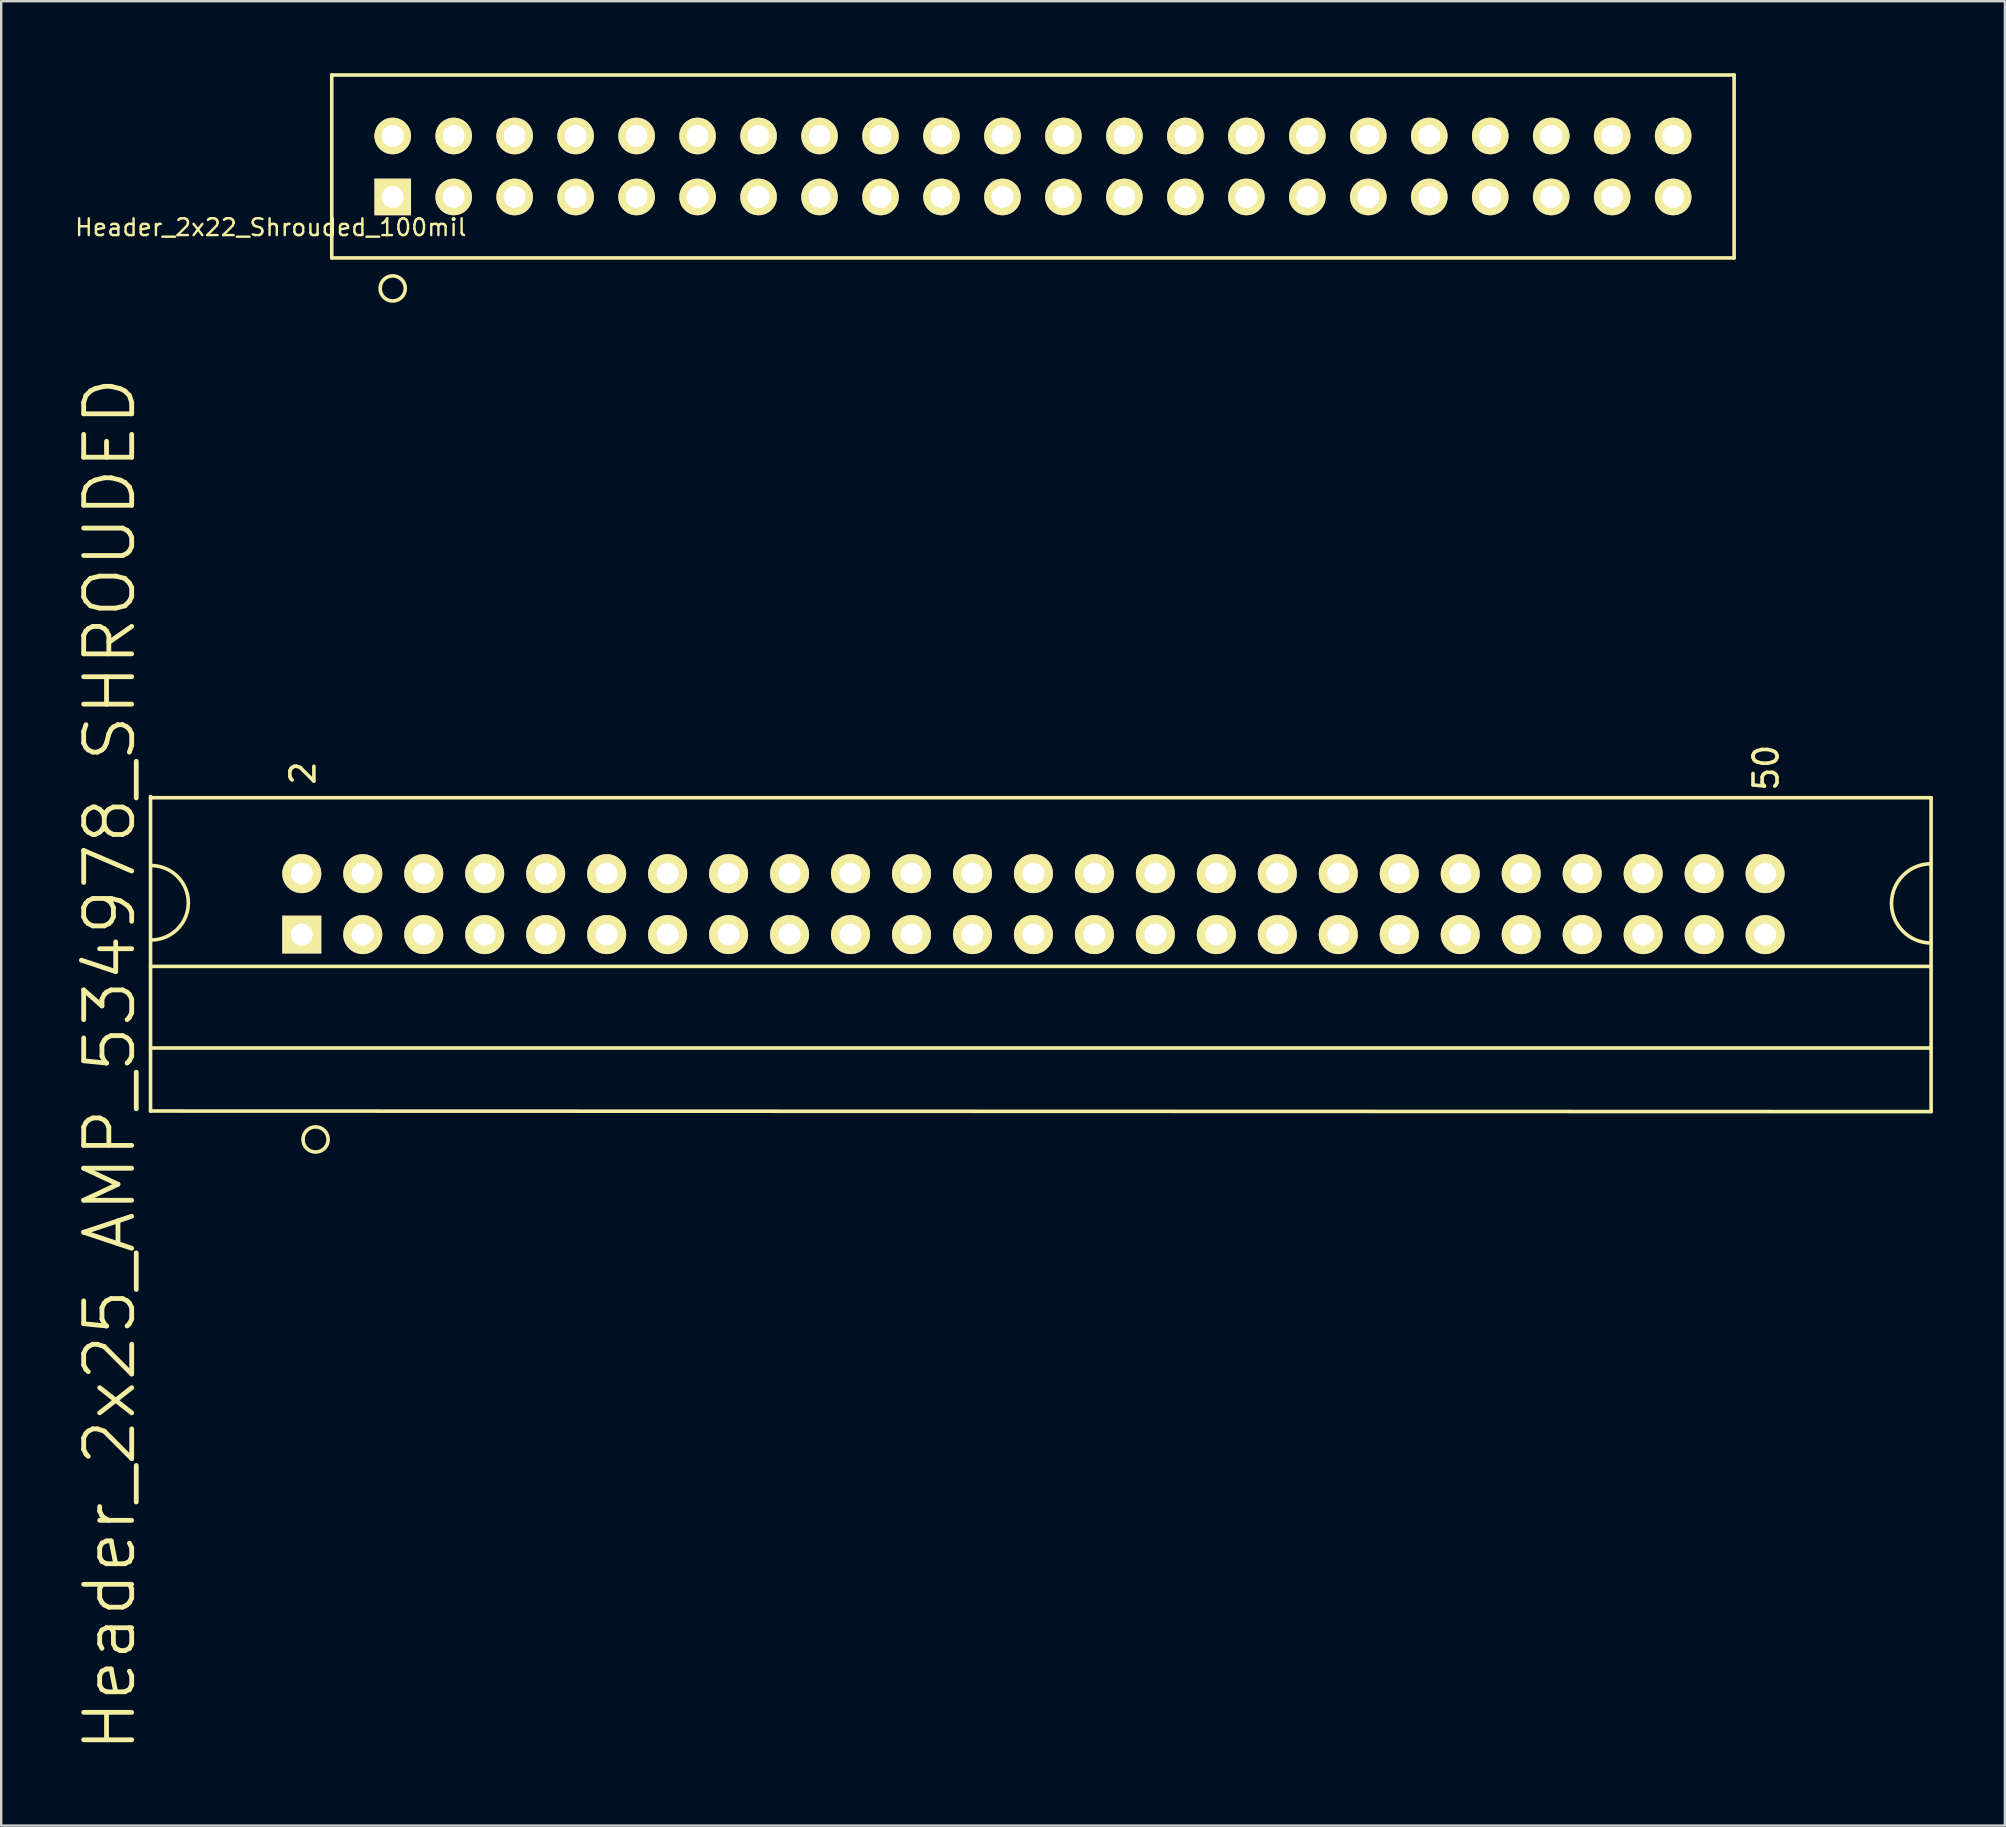
<source format=kicad_pcb>
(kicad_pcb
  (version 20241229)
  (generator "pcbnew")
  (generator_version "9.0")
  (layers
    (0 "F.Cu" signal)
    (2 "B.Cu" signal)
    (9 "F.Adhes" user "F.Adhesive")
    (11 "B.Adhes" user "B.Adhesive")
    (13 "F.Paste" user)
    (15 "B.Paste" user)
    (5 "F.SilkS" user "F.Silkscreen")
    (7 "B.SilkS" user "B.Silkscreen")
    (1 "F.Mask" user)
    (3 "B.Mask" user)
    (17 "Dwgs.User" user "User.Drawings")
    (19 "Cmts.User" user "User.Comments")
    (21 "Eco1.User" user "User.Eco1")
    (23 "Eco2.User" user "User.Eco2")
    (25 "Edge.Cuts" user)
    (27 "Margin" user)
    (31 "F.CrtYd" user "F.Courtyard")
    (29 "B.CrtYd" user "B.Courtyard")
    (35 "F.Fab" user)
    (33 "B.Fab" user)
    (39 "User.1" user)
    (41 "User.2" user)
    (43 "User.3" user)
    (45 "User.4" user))
  (footprint "Header_2x22_Shrouded_100mil"
    (layer "F.Cu")
    (at 13.31 5.155)
    (property "Reference" "Header_2x22_Shrouded_100mil" (at -5.08 1.27 0) (layer "F.SilkS") (effects (font (size 0.7 0.7) (thickness 0.1))))
    (attr through_hole)
    (fp_line (start -2.54 -5.08) (end -2.54 2.54) (stroke (width 0.15) (type solid)) (layer "F.SilkS"))
    (fp_line (start -2.54 2.54) (end 55.88 2.54) (stroke (width 0.15) (type solid)) (layer "F.SilkS"))
    (fp_line (start 55.88 -5.08) (end -2.54 -5.08) (stroke (width 0.15) (type solid)) (layer "F.SilkS"))
    (fp_line (start 55.88 -5.08) (end 55.88 2.54) (stroke (width 0.15) (type solid)) (layer "F.SilkS"))
    (fp_circle (center 0 3.81) (end 0.508 3.937) (stroke (width 0.15) (type solid)) (fill no) (layer "F.SilkS"))
    (pad "1" thru_hole rect (at 0 0) (size 1.524 1.524) (drill 0.914) (layers "*.Cu" "*.Mask" "F.SilkS"))
    (pad "2" thru_hole circle (at 0 -2.54) (size 1.524 1.524) (drill 0.914) (layers "*.Cu" "*.Mask" "F.SilkS"))
    (pad "3" thru_hole circle (at 2.54 0) (size 1.524 1.524) (drill 0.914) (layers "*.Cu" "*.Mask" "F.SilkS"))
    (pad "4" thru_hole circle (at 2.54 -2.54) (size 1.524 1.524) (drill 0.914) (layers "*.Cu" "*.Mask" "F.SilkS"))
    (pad "5" thru_hole circle (at 5.08 0) (size 1.524 1.524) (drill 0.914) (layers "*.Cu" "*.Mask" "F.SilkS"))
    (pad "6" thru_hole circle (at 5.08 -2.54) (size 1.524 1.524) (drill 0.914) (layers "*.Cu" "*.Mask" "F.SilkS"))
    (pad "7" thru_hole circle (at 7.62 0) (size 1.524 1.524) (drill 0.914) (layers "*.Cu" "*.Mask" "F.SilkS"))
    (pad "8" thru_hole circle (at 7.62 -2.54) (size 1.524 1.524) (drill 0.914) (layers "*.Cu" "*.Mask" "F.SilkS"))
    (pad "9" thru_hole circle (at 10.16 0) (size 1.524 1.524) (drill 0.914) (layers "*.Cu" "*.Mask" "F.SilkS"))
    (pad "10" thru_hole circle (at 10.16 -2.54) (size 1.524 1.524) (drill 0.914) (layers "*.Cu" "*.Mask" "F.SilkS"))
    (pad "11" thru_hole circle (at 12.7 0) (size 1.524 1.524) (drill 0.914) (layers "*.Cu" "*.Mask" "F.SilkS"))
    (pad "12" thru_hole circle (at 12.7 -2.54) (size 1.524 1.524) (drill 0.914) (layers "*.Cu" "*.Mask" "F.SilkS"))
    (pad "13" thru_hole circle (at 15.24 0) (size 1.524 1.524) (drill 0.914) (layers "*.Cu" "*.Mask" "F.SilkS"))
    (pad "14" thru_hole circle (at 15.24 -2.54) (size 1.524 1.524) (drill 0.914) (layers "*.Cu" "*.Mask" "F.SilkS"))
    (pad "15" thru_hole circle (at 17.78 0) (size 1.524 1.524) (drill 0.914) (layers "*.Cu" "*.Mask" "F.SilkS"))
    (pad "16" thru_hole circle (at 17.78 -2.54) (size 1.524 1.524) (drill 0.914) (layers "*.Cu" "*.Mask" "F.SilkS"))
    (pad "17" thru_hole circle (at 20.32 0) (size 1.524 1.524) (drill 0.914) (layers "*.Cu" "*.Mask" "F.SilkS"))
    (pad "18" thru_hole circle (at 20.32 -2.54) (size 1.524 1.524) (drill 0.914) (layers "*.Cu" "*.Mask" "F.SilkS"))
    (pad "19" thru_hole circle (at 22.86 0) (size 1.524 1.524) (drill 0.914) (layers "*.Cu" "*.Mask" "F.SilkS"))
    (pad "20" thru_hole circle (at 22.86 -2.54) (size 1.524 1.524) (drill 0.914) (layers "*.Cu" "*.Mask" "F.SilkS"))
    (pad "21" thru_hole circle (at 25.4 0) (size 1.524 1.524) (drill 0.914) (layers "*.Cu" "*.Mask" "F.SilkS"))
    (pad "22" thru_hole circle (at 25.4 -2.54) (size 1.524 1.524) (drill 0.914) (layers "*.Cu" "*.Mask" "F.SilkS"))
    (pad "23" thru_hole circle (at 27.94 0) (size 1.524 1.524) (drill 0.914) (layers "*.Cu" "*.Mask" "F.SilkS"))
    (pad "24" thru_hole circle (at 27.94 -2.54) (size 1.524 1.524) (drill 0.914) (layers "*.Cu" "*.Mask" "F.SilkS"))
    (pad "25" thru_hole circle (at 30.48 0) (size 1.524 1.524) (drill 0.914) (layers "*.Cu" "*.Mask" "F.SilkS"))
    (pad "26" thru_hole circle (at 30.48 -2.54) (size 1.524 1.524) (drill 0.914) (layers "*.Cu" "*.Mask" "F.SilkS"))
    (pad "27" thru_hole circle (at 33.02 0) (size 1.524 1.524) (drill 0.914) (layers "*.Cu" "*.Mask" "F.SilkS"))
    (pad "28" thru_hole circle (at 33.02 -2.54) (size 1.524 1.524) (drill 0.914) (layers "*.Cu" "*.Mask" "F.SilkS"))
    (pad "29" thru_hole circle (at 35.56 0) (size 1.524 1.524) (drill 0.914) (layers "*.Cu" "*.Mask" "F.SilkS"))
    (pad "30" thru_hole circle (at 35.56 -2.54) (size 1.524 1.524) (drill 0.914) (layers "*.Cu" "*.Mask" "F.SilkS"))
    (pad "31" thru_hole circle (at 38.1 0) (size 1.524 1.524) (drill 0.914) (layers "*.Cu" "*.Mask" "F.SilkS"))
    (pad "32" thru_hole circle (at 38.1 -2.54) (size 1.524 1.524) (drill 0.914) (layers "*.Cu" "*.Mask" "F.SilkS"))
    (pad "33" thru_hole circle (at 40.64 0) (size 1.524 1.524) (drill 0.914) (layers "*.Cu" "*.Mask" "F.SilkS"))
    (pad "34" thru_hole circle (at 40.64 -2.54) (size 1.524 1.524) (drill 0.914) (layers "*.Cu" "*.Mask" "F.SilkS"))
    (pad "35" thru_hole circle (at 43.18 0) (size 1.524 1.524) (drill 0.914) (layers "*.Cu" "*.Mask" "F.SilkS"))
    (pad "36" thru_hole circle (at 43.18 -2.54) (size 1.524 1.524) (drill 0.914) (layers "*.Cu" "*.Mask" "F.SilkS"))
    (pad "37" thru_hole circle (at 45.72 0) (size 1.524 1.524) (drill 0.914) (layers "*.Cu" "*.Mask" "F.SilkS"))
    (pad "38" thru_hole circle (at 45.72 -2.54) (size 1.524 1.524) (drill 0.914) (layers "*.Cu" "*.Mask" "F.SilkS"))
    (pad "39" thru_hole circle (at 48.26 0) (size 1.524 1.524) (drill 0.914) (layers "*.Cu" "*.Mask" "F.SilkS"))
    (pad "40" thru_hole circle (at 48.26 -2.54) (size 1.524 1.524) (drill 0.914) (layers "*.Cu" "*.Mask" "F.SilkS"))
    (pad "41" thru_hole circle (at 50.8 0) (size 1.524 1.524) (drill 0.914) (layers "*.Cu" "*.Mask" "F.SilkS"))
    (pad "42" thru_hole circle (at 50.8 -2.54) (size 1.524 1.524) (drill 0.914) (layers "*.Cu" "*.Mask" "F.SilkS"))
    (pad "43" thru_hole circle (at 53.34 0) (size 1.524 1.524) (drill 0.914) (layers "*.Cu" "*.Mask" "F.SilkS"))
    (pad "44" thru_hole circle (at 53.34 -2.54) (size 1.524 1.524) (drill 0.914) (layers "*.Cu" "*.Mask" "F.SilkS")))
  (footprint "Header_2x25_AMP_534978_SHROUDED"
    (layer "F.Cu")
    (at 9.521 35.883)
    (property "Reference" "Header_2x25_AMP_534978_SHROUDED" (at -8 5.4 90) (layer "F.SilkS") (effects (font (size 2 2) (thickness 0.2))))
    (attr through_hole)
    (fp_line (start -6.3 -5.75) (end -6.3 7.35) (stroke (width 0.15) (type solid)) (layer "F.SilkS"))
    (fp_line (start -6.3 4.725) (end 67.875 4.725) (stroke (width 0.15) (type solid)) (layer "F.SilkS"))
    (fp_line (start -6.3 7.35) (end 67.875 7.375) (stroke (width 0.15) (type solid)) (layer "F.SilkS"))
    (fp_line (start 67.875 -5.7) (end -6.3 -5.7) (stroke (width 0.15) (type solid)) (layer "F.SilkS"))
    (fp_line (start 67.875 1.325) (end -6.3 1.325) (stroke (width 0.15) (type solid)) (layer "F.SilkS"))
    (fp_line (start 67.875 7.375) (end 67.875 -5.7) (stroke (width 0.15) (type solid)) (layer "F.SilkS"))
    (fp_arc (start -6.275 -2.875) (mid -4.725 -1.325) (end -6.275 0.225) (stroke (width 0.15) (type solid)) (layer "F.SilkS"))
    (fp_arc (start 67.875 0.35) (mid 66.225 -1.3) (end 67.875 -2.95) (stroke (width 0.15) (type solid)) (layer "F.SilkS"))
    (fp_circle (center 0.575 8.535) (end 1.083 8.662) (stroke (width 0.15) (type solid)) (fill no) (layer "F.SilkS"))
    (fp_text user "50" (at 61 -6.95 90) (layer "F.SilkS") (effects (font (size 1 1) (thickness 0.15))))
    (fp_text user "2" (at 0.05 -6.725 90) (layer "F.SilkS") (effects (font (size 1 1) (thickness 0.15))))
    (pad "1" thru_hole rect (at 0 0) (size 1.626 1.575) (drill 0.914) (layers "*.Cu" "*.Mask" "F.SilkS"))
    (pad "2" thru_hole circle (at 0 -2.54) (size 1.626 1.626) (drill 0.914) (layers "*.Cu" "*.Mask" "F.SilkS"))
    (pad "3" thru_hole circle (at 2.54 0) (size 1.626 1.626) (drill 0.914) (layers "*.Cu" "*.Mask" "F.SilkS"))
    (pad "4" thru_hole circle (at 2.54 -2.54) (size 1.626 1.626) (drill 0.914) (layers "*.Cu" "*.Mask" "F.SilkS"))
    (pad "5" thru_hole circle (at 5.08 0) (size 1.626 1.626) (drill 0.914) (layers "*.Cu" "*.Mask" "F.SilkS"))
    (pad "6" thru_hole circle (at 5.08 -2.54) (size 1.626 1.626) (drill 0.914) (layers "*.Cu" "*.Mask" "F.SilkS"))
    (pad "7" thru_hole circle (at 7.62 0) (size 1.626 1.626) (drill 0.914) (layers "*.Cu" "*.Mask" "F.SilkS"))
    (pad "8" thru_hole circle (at 7.62 -2.54) (size 1.626 1.626) (drill 0.914) (layers "*.Cu" "*.Mask" "F.SilkS"))
    (pad "9" thru_hole circle (at 10.16 0) (size 1.626 1.626) (drill 0.914) (layers "*.Cu" "*.Mask" "F.SilkS"))
    (pad "10" thru_hole circle (at 10.16 -2.54) (size 1.626 1.626) (drill 0.914) (layers "*.Cu" "*.Mask" "F.SilkS"))
    (pad "11" thru_hole circle (at 12.7 0) (size 1.626 1.626) (drill 0.914) (layers "*.Cu" "*.Mask" "F.SilkS"))
    (pad "12" thru_hole circle (at 12.7 -2.54) (size 1.626 1.626) (drill 0.914) (layers "*.Cu" "*.Mask" "F.SilkS"))
    (pad "13" thru_hole circle (at 15.24 0) (size 1.626 1.626) (drill 0.914) (layers "*.Cu" "*.Mask" "F.SilkS"))
    (pad "14" thru_hole circle (at 15.24 -2.54) (size 1.626 1.626) (drill 0.914) (layers "*.Cu" "*.Mask" "F.SilkS"))
    (pad "15" thru_hole circle (at 17.78 0) (size 1.626 1.626) (drill 0.914) (layers "*.Cu" "*.Mask" "F.SilkS"))
    (pad "16" thru_hole circle (at 17.78 -2.54) (size 1.626 1.626) (drill 0.914) (layers "*.Cu" "*.Mask" "F.SilkS"))
    (pad "17" thru_hole circle (at 20.32 0) (size 1.626 1.626) (drill 0.914) (layers "*.Cu" "*.Mask" "F.SilkS"))
    (pad "18" thru_hole circle (at 20.32 -2.54) (size 1.626 1.626) (drill 0.914) (layers "*.Cu" "*.Mask" "F.SilkS"))
    (pad "19" thru_hole circle (at 22.86 0) (size 1.626 1.626) (drill 0.914) (layers "*.Cu" "*.Mask" "F.SilkS"))
    (pad "20" thru_hole circle (at 22.86 -2.54) (size 1.626 1.626) (drill 0.914) (layers "*.Cu" "*.Mask" "F.SilkS"))
    (pad "21" thru_hole circle (at 25.4 0) (size 1.626 1.626) (drill 0.914) (layers "*.Cu" "*.Mask" "F.SilkS"))
    (pad "22" thru_hole circle (at 25.4 -2.54) (size 1.626 1.626) (drill 0.914) (layers "*.Cu" "*.Mask" "F.SilkS"))
    (pad "23" thru_hole circle (at 27.94 0) (size 1.626 1.626) (drill 0.914) (layers "*.Cu" "*.Mask" "F.SilkS"))
    (pad "24" thru_hole circle (at 27.94 -2.54) (size 1.626 1.626) (drill 0.914) (layers "*.Cu" "*.Mask" "F.SilkS"))
    (pad "25" thru_hole circle (at 30.48 0) (size 1.626 1.626) (drill 0.914) (layers "*.Cu" "*.Mask" "F.SilkS"))
    (pad "26" thru_hole circle (at 30.48 -2.54) (size 1.626 1.626) (drill 0.914) (layers "*.Cu" "*.Mask" "F.SilkS"))
    (pad "27" thru_hole circle (at 33.02 0) (size 1.626 1.626) (drill 0.914) (layers "*.Cu" "*.Mask" "F.SilkS"))
    (pad "28" thru_hole circle (at 33.02 -2.54) (size 1.626 1.626) (drill 0.914) (layers "*.Cu" "*.Mask" "F.SilkS"))
    (pad "29" thru_hole circle (at 35.56 0) (size 1.626 1.626) (drill 0.914) (layers "*.Cu" "*.Mask" "F.SilkS"))
    (pad "30" thru_hole circle (at 35.56 -2.54) (size 1.626 1.626) (drill 0.914) (layers "*.Cu" "*.Mask" "F.SilkS"))
    (pad "31" thru_hole circle (at 38.1 0) (size 1.626 1.626) (drill 0.914) (layers "*.Cu" "*.Mask" "F.SilkS"))
    (pad "32" thru_hole circle (at 38.1 -2.54) (size 1.626 1.626) (drill 0.914) (layers "*.Cu" "*.Mask" "F.SilkS"))
    (pad "33" thru_hole circle (at 40.64 0) (size 1.626 1.626) (drill 0.914) (layers "*.Cu" "*.Mask" "F.SilkS"))
    (pad "34" thru_hole circle (at 40.64 -2.54) (size 1.626 1.626) (drill 0.914) (layers "*.Cu" "*.Mask" "F.SilkS"))
    (pad "35" thru_hole circle (at 43.18 0) (size 1.626 1.626) (drill 0.914) (layers "*.Cu" "*.Mask" "F.SilkS"))
    (pad "36" thru_hole circle (at 43.18 -2.54) (size 1.626 1.626) (drill 0.914) (layers "*.Cu" "*.Mask" "F.SilkS"))
    (pad "37" thru_hole circle (at 45.72 0) (size 1.626 1.626) (drill 0.914) (layers "*.Cu" "*.Mask" "F.SilkS"))
    (pad "38" thru_hole circle (at 45.72 -2.54) (size 1.626 1.626) (drill 0.914) (layers "*.Cu" "*.Mask" "F.SilkS"))
    (pad "39" thru_hole circle (at 48.26 0) (size 1.626 1.626) (drill 0.914) (layers "*.Cu" "*.Mask" "F.SilkS"))
    (pad "40" thru_hole circle (at 48.26 -2.54) (size 1.626 1.626) (drill 0.914) (layers "*.Cu" "*.Mask" "F.SilkS"))
    (pad "41" thru_hole circle (at 50.8 0) (size 1.626 1.626) (drill 0.914) (layers "*.Cu" "*.Mask" "F.SilkS"))
    (pad "42" thru_hole circle (at 50.8 -2.54) (size 1.626 1.626) (drill 0.914) (layers "*.Cu" "*.Mask" "F.SilkS"))
    (pad "43" thru_hole circle (at 53.34 0) (size 1.626 1.626) (drill 0.914) (layers "*.Cu" "*.Mask" "F.SilkS"))
    (pad "44" thru_hole circle (at 53.34 -2.54) (size 1.626 1.626) (drill 0.914) (layers "*.Cu" "*.Mask" "F.SilkS"))
    (pad "45" thru_hole circle (at 55.88 0) (size 1.626 1.626) (drill 0.914) (layers "*.Cu" "*.Mask" "F.SilkS"))
    (pad "46" thru_hole circle (at 55.88 -2.54) (size 1.626 1.626) (drill 0.914) (layers "*.Cu" "*.Mask" "F.SilkS"))
    (pad "47" thru_hole circle (at 58.42 0) (size 1.626 1.626) (drill 0.914) (layers "*.Cu" "*.Mask" "F.SilkS"))
    (pad "48" thru_hole circle (at 58.42 -2.54) (size 1.626 1.626) (drill 0.914) (layers "*.Cu" "*.Mask" "F.SilkS"))
    (pad "49" thru_hole circle (at 60.96 0) (size 1.626 1.626) (drill 0.914) (layers "*.Cu" "*.Mask" "F.SilkS"))
    (pad "50" thru_hole circle (at 60.96 -2.54) (size 1.626 1.626) (drill 0.914) (layers "*.Cu" "*.Mask" "F.SilkS")))
  (gr_rect
    (start -3 -3)
    (end 80.471 73.002)
    (stroke (width 0.1) (type default))
    (fill no)
    (layer "Edge.Cuts")))
</source>
